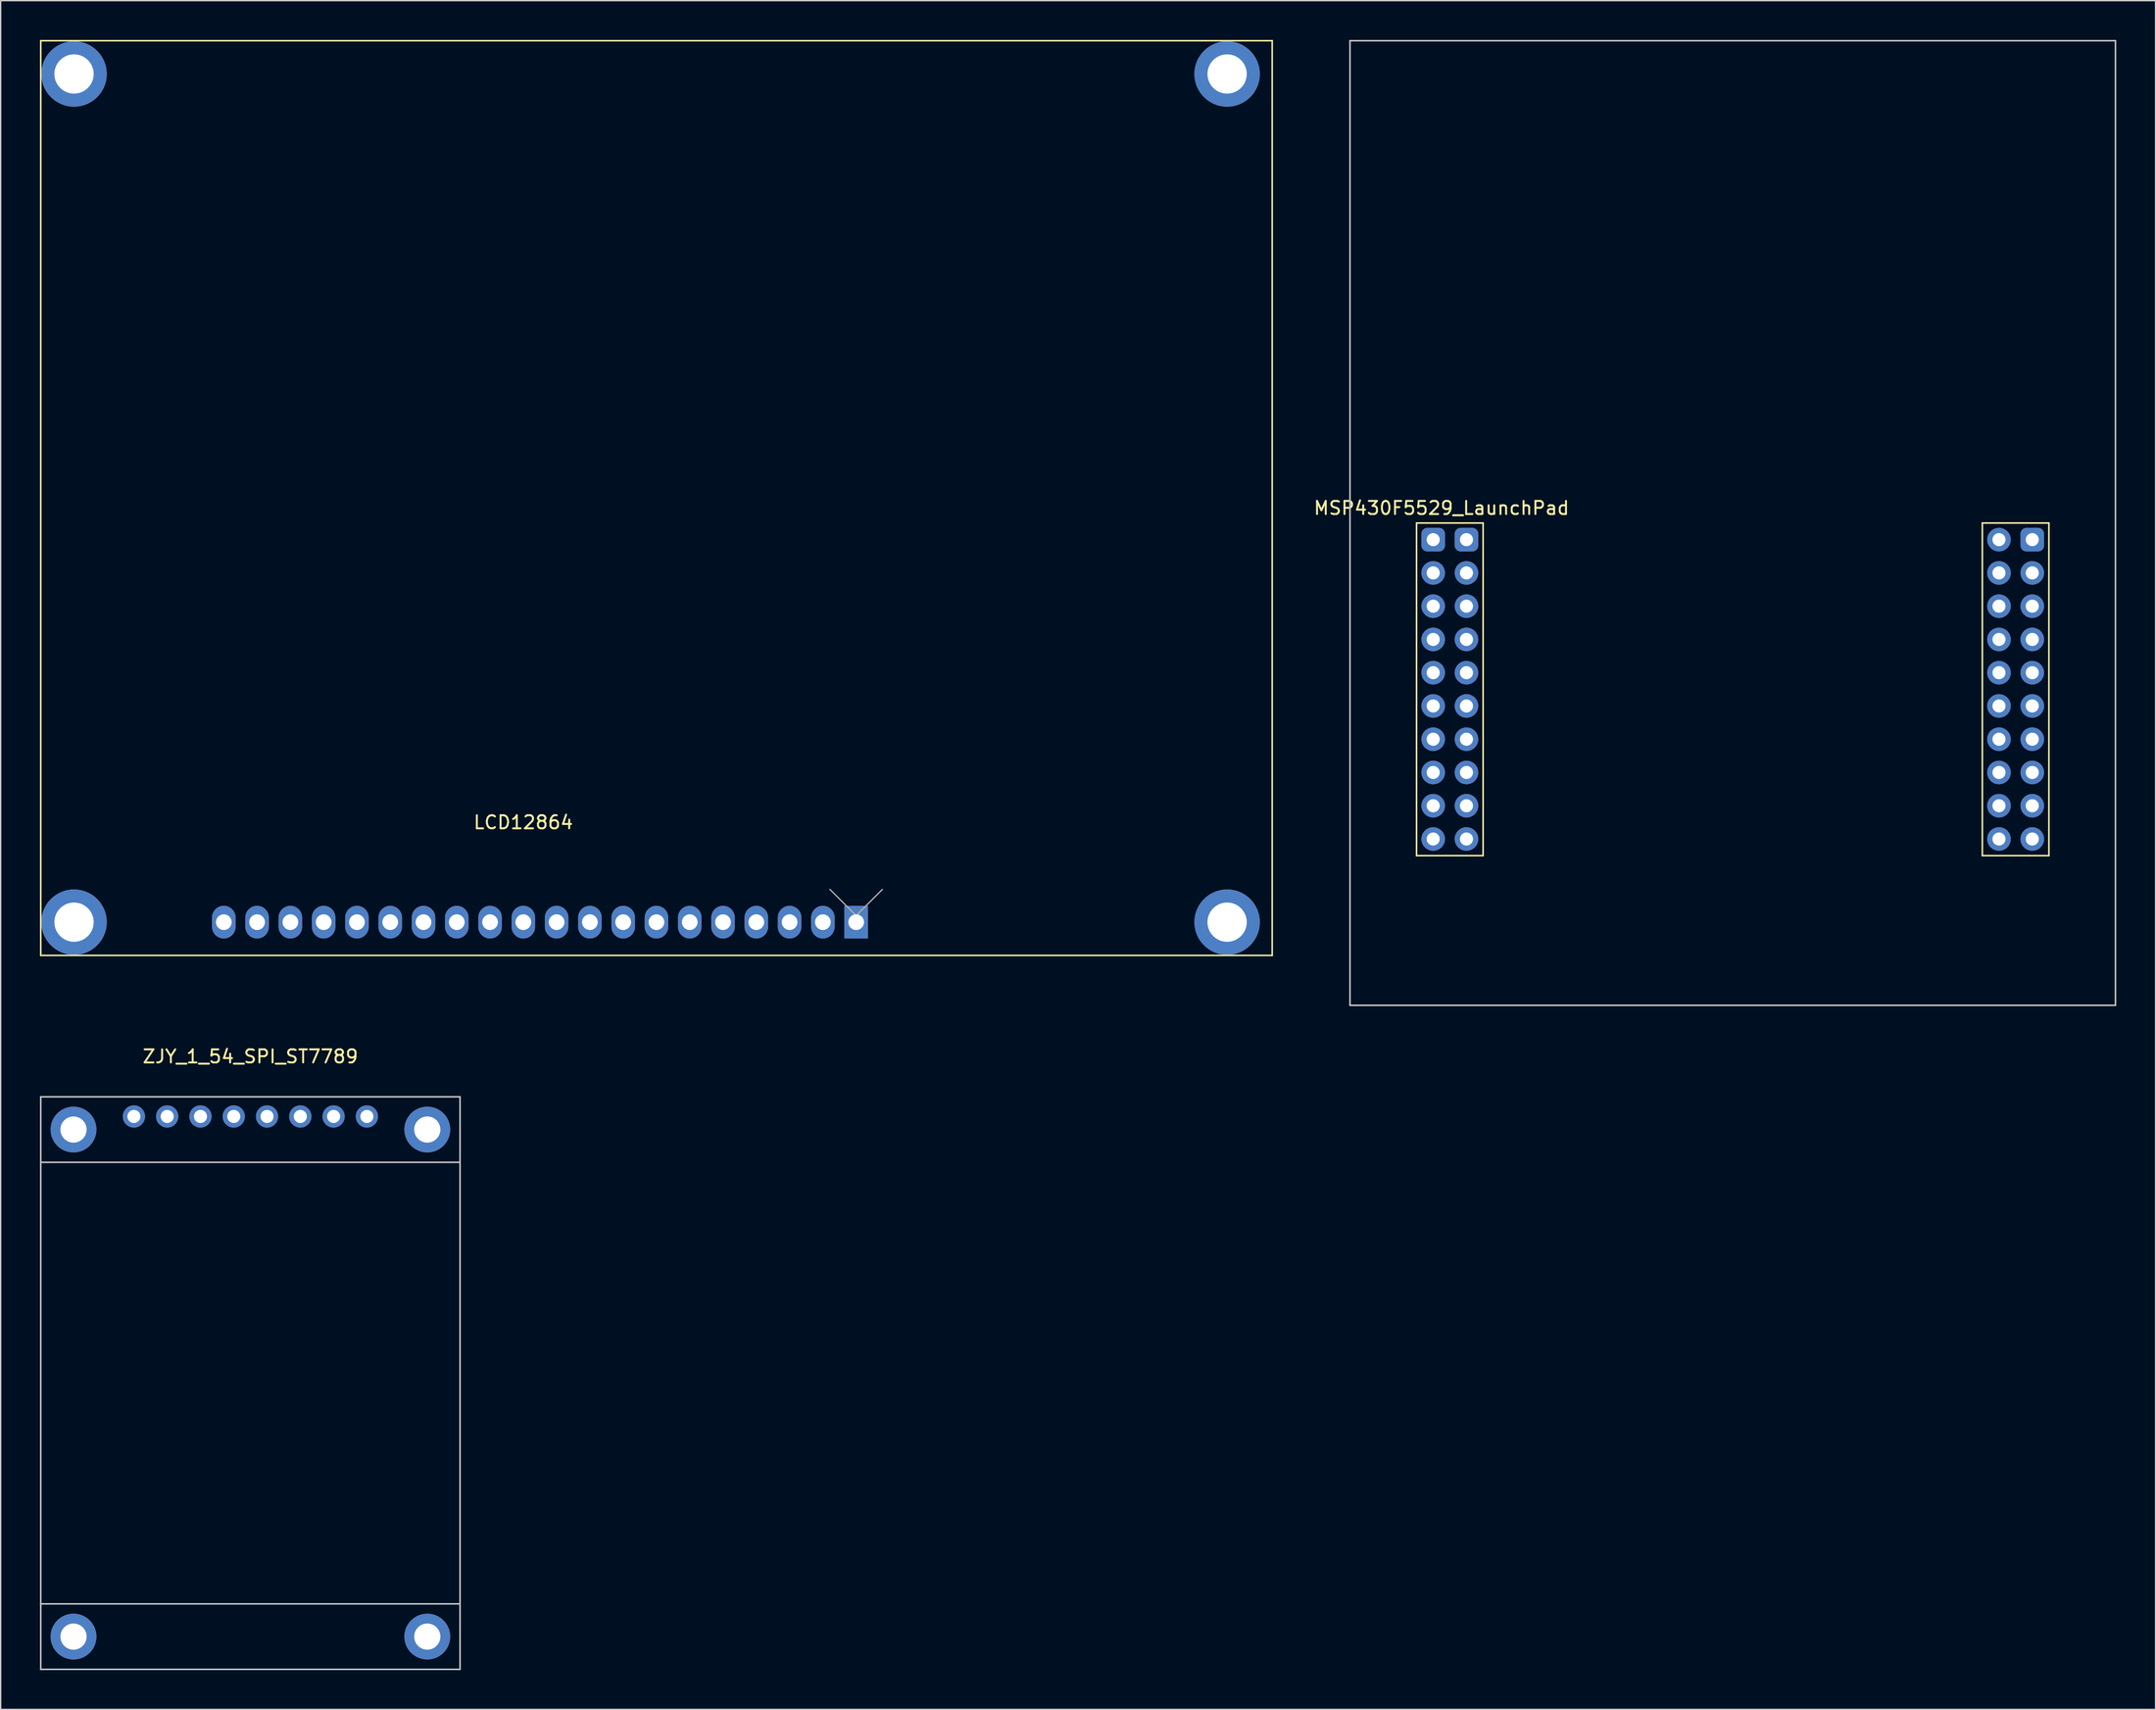
<source format=kicad_pcb>
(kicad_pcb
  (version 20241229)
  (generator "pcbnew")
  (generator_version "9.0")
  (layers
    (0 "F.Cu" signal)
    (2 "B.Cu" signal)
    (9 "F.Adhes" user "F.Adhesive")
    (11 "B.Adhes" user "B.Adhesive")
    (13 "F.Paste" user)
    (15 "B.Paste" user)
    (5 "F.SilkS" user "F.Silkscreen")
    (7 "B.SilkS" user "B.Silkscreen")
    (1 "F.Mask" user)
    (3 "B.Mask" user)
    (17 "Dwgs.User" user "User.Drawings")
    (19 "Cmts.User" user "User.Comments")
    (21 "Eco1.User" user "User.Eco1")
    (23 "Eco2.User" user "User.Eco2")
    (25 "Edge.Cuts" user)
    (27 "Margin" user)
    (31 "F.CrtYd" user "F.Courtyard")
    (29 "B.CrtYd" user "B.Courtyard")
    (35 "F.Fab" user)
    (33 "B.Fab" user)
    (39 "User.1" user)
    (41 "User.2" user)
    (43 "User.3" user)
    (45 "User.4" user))
  (footprint "MSP430F5529_LaunchPad"
    (layer "F.Cu")
    (at 129.188 36.89)
    (property "Reference" "MSP430F5529_LaunchPad" (at -22.225 -1.143 0) (layer "F.SilkS") (effects (font (size 1 1) (thickness 0.15))))
    (attr through_hole)
    (fp_line (start -24.13 0) (end -19.05 0) (stroke (width 0.12) (type solid)) (layer "F.SilkS"))
    (fp_line (start -24.13 25.4) (end -24.13 0) (stroke (width 0.12) (type solid)) (layer "F.SilkS"))
    (fp_line (start -19.05 0) (end -19.05 25.4) (stroke (width 0.12) (type solid)) (layer "F.SilkS"))
    (fp_line (start -19.05 25.4) (end -24.13 25.4) (stroke (width 0.12) (type solid)) (layer "F.SilkS"))
    (fp_line (start 19.05 0) (end 24.13 0) (stroke (width 0.12) (type solid)) (layer "F.SilkS"))
    (fp_line (start 19.05 25.4) (end 19.05 0) (stroke (width 0.12) (type solid)) (layer "F.SilkS"))
    (fp_line (start 24.13 0) (end 24.13 25.4) (stroke (width 0.12) (type solid)) (layer "F.SilkS"))
    (fp_line (start 24.13 25.4) (end 19.05 25.4) (stroke (width 0.12) (type solid)) (layer "F.SilkS"))
    (fp_line (start -29.21 36.83) (end -29.21 -36.83) (stroke (width 0.12) (type solid)) (layer "Dwgs.User"))
    (fp_line (start 29.21 -36.83) (end -29.21 -36.83) (stroke (width 0.12) (type solid)) (layer "Dwgs.User"))
    (fp_line (start 29.21 -36.83) (end 29.21 36.83) (stroke (width 0.12) (type solid)) (layer "Dwgs.User"))
    (fp_line (start 29.21 36.83) (end -29.21 36.83) (stroke (width 0.12) (type solid)) (layer "Dwgs.User"))
    (pad "1" thru_hole roundrect (at -22.86 1.27) (size 1.8 1.8) (drill 1) (layers "*.Cu" "*.Mask") (roundrect_rratio 0.25))
    (pad "2" thru_hole roundrect (at -20.32 1.27) (size 1.8 1.8) (drill 1) (layers "*.Cu" "*.Mask") (roundrect_rratio 0.25))
    (pad "3" thru_hole circle (at -22.86 3.81) (size 1.8 1.8) (drill 1) (layers "*.Cu" "*.Mask"))
    (pad "4" thru_hole circle (at -20.32 3.81) (size 1.8 1.8) (drill 1) (layers "*.Cu" "*.Mask"))
    (pad "5" thru_hole circle (at -22.86 6.35) (size 1.8 1.8) (drill 1) (layers "*.Cu" "*.Mask"))
    (pad "6" thru_hole circle (at -20.32 6.35) (size 1.8 1.8) (drill 1) (layers "*.Cu" "*.Mask"))
    (pad "7" thru_hole circle (at -22.86 8.89) (size 1.8 1.8) (drill 1) (layers "*.Cu" "*.Mask"))
    (pad "8" thru_hole circle (at -20.32 8.89) (size 1.8 1.8) (drill 1) (layers "*.Cu" "*.Mask"))
    (pad "9" thru_hole circle (at -22.86 11.43) (size 1.8 1.8) (drill 1) (layers "*.Cu" "*.Mask"))
    (pad "10" thru_hole circle (at -20.32 11.43) (size 1.8 1.8) (drill 1) (layers "*.Cu" "*.Mask"))
    (pad "11" thru_hole circle (at -22.86 13.97) (size 1.8 1.8) (drill 1) (layers "*.Cu" "*.Mask"))
    (pad "12" thru_hole circle (at -20.32 13.97) (size 1.8 1.8) (drill 1) (layers "*.Cu" "*.Mask"))
    (pad "13" thru_hole circle (at -22.86 16.51) (size 1.8 1.8) (drill 1) (layers "*.Cu" "*.Mask"))
    (pad "14" thru_hole circle (at -20.32 16.51) (size 1.8 1.8) (drill 1) (layers "*.Cu" "*.Mask"))
    (pad "15" thru_hole circle (at -22.86 19.05) (size 1.8 1.8) (drill 1) (layers "*.Cu" "*.Mask"))
    (pad "16" thru_hole circle (at -20.32 19.05) (size 1.8 1.8) (drill 1) (layers "*.Cu" "*.Mask"))
    (pad "17" thru_hole circle (at -22.86 21.59) (size 1.8 1.8) (drill 1) (layers "*.Cu" "*.Mask"))
    (pad "18" thru_hole circle (at -20.32 21.59) (size 1.8 1.8) (drill 1) (layers "*.Cu" "*.Mask"))
    (pad "19" thru_hole circle (at -22.86 24.13) (size 1.8 1.8) (drill 1) (layers "*.Cu" "*.Mask"))
    (pad "20" thru_hole circle (at -20.32 24.13) (size 1.8 1.8) (drill 1) (layers "*.Cu" "*.Mask"))
    (pad "21" thru_hole circle (at 20.32 1.27) (size 1.8 1.8) (drill 1) (layers "*.Cu" "*.Mask"))
    (pad "22" thru_hole roundrect (at 22.86 1.27) (size 1.8 1.8) (drill 1) (layers "*.Cu" "*.Mask") (roundrect_rratio 0.25))
    (pad "23" thru_hole circle (at 20.32 3.81) (size 1.8 1.8) (drill 1) (layers "*.Cu" "*.Mask"))
    (pad "24" thru_hole circle (at 22.86 3.81) (size 1.8 1.8) (drill 1) (layers "*.Cu" "*.Mask"))
    (pad "25" thru_hole circle (at 20.32 6.35) (size 1.8 1.8) (drill 1) (layers "*.Cu" "*.Mask"))
    (pad "26" thru_hole circle (at 22.86 6.35) (size 1.8 1.8) (drill 1) (layers "*.Cu" "*.Mask"))
    (pad "27" thru_hole circle (at 20.32 8.89) (size 1.8 1.8) (drill 1) (layers "*.Cu" "*.Mask"))
    (pad "28" thru_hole circle (at 22.86 8.89) (size 1.8 1.8) (drill 1) (layers "*.Cu" "*.Mask"))
    (pad "29" thru_hole circle (at 20.32 11.43) (size 1.8 1.8) (drill 1) (layers "*.Cu" "*.Mask"))
    (pad "30" thru_hole circle (at 22.86 11.43) (size 1.8 1.8) (drill 1) (layers "*.Cu" "*.Mask"))
    (pad "31" thru_hole circle (at 20.32 13.97) (size 1.8 1.8) (drill 1) (layers "*.Cu" "*.Mask"))
    (pad "32" thru_hole circle (at 22.86 13.97) (size 1.8 1.8) (drill 1) (layers "*.Cu" "*.Mask"))
    (pad "33" thru_hole circle (at 20.32 16.51) (size 1.8 1.8) (drill 1) (layers "*.Cu" "*.Mask"))
    (pad "34" thru_hole circle (at 22.86 16.51) (size 1.8 1.8) (drill 1) (layers "*.Cu" "*.Mask"))
    (pad "35" thru_hole circle (at 20.32 19.05) (size 1.8 1.8) (drill 1) (layers "*.Cu" "*.Mask"))
    (pad "36" thru_hole circle (at 22.86 19.05) (size 1.8 1.8) (drill 1) (layers "*.Cu" "*.Mask"))
    (pad "37" thru_hole circle (at 20.32 21.59) (size 1.8 1.8) (drill 1) (layers "*.Cu" "*.Mask"))
    (pad "38" thru_hole circle (at 22.86 21.59) (size 1.8 1.8) (drill 1) (layers "*.Cu" "*.Mask"))
    (pad "39" thru_hole circle (at 20.32 24.13) (size 1.8 1.8) (drill 1) (layers "*.Cu" "*.Mask"))
    (pad "40" thru_hole circle (at 22.86 24.13) (size 1.8 1.8) (drill 1) (layers "*.Cu" "*.Mask")))
  (footprint "ZJY_1_54_SPI_ST7789"
    (layer "F.Cu")
    (at 16.06 82.208)
    (property "Reference" "ZJY_1_54_SPI_ST7789" (at 0 -4.58 0) (layer "F.SilkS") (effects (font (size 1 1) (thickness 0.15))))
    (attr through_hole)
    (fp_line (start -16 -1.5) (end -16 42.22) (stroke (width 0.12) (type solid)) (layer "Dwgs.User"))
    (fp_line (start -16 -1.5) (end 16 -1.5) (stroke (width 0.12) (type solid)) (layer "Dwgs.User"))
    (fp_line (start -16 3.5) (end 16 3.5) (stroke (width 0.12) (type solid)) (layer "Dwgs.User"))
    (fp_line (start -16 37.22) (end 16 37.22) (stroke (width 0.12) (type solid)) (layer "Dwgs.User"))
    (fp_line (start -16 42.22) (end 16 42.22) (stroke (width 0.12) (type solid)) (layer "Dwgs.User"))
    (fp_line (start 16 -1.5) (end 16 42.22) (stroke (width 0.12) (type solid)) (layer "Dwgs.User"))
    (pad "" thru_hole circle (at -13.5 1) (size 3.5 3.5) (drill 2) (layers "*.Cu" "*.Mask"))
    (pad "" thru_hole circle (at -13.5 39.72) (size 3.5 3.5) (drill 2) (layers "*.Cu" "*.Mask"))
    (pad "" thru_hole circle (at 13.5 1) (size 3.5 3.5) (drill 2) (layers "*.Cu" "*.Mask"))
    (pad "" thru_hole circle (at 13.5 39.72) (size 3.5 3.5) (drill 2) (layers "*.Cu" "*.Mask"))
    (pad "1" thru_hole circle (at -8.89 0) (size 1.7 1.7) (drill 1) (layers "*.Cu" "*.Mask"))
    (pad "2" thru_hole circle (at -6.35 0) (size 1.7 1.7) (drill 1) (layers "*.Cu" "*.Mask"))
    (pad "3" thru_hole circle (at -3.81 0) (size 1.7 1.7) (drill 1) (layers "*.Cu" "*.Mask"))
    (pad "4" thru_hole circle (at -1.27 0) (size 1.7 1.7) (drill 1) (layers "*.Cu" "*.Mask"))
    (pad "5" thru_hole circle (at 1.27 0) (size 1.7 1.7) (drill 1) (layers "*.Cu" "*.Mask"))
    (pad "6" thru_hole circle (at 3.81 0) (size 1.7 1.7) (drill 1) (layers "*.Cu" "*.Mask"))
    (pad "7" thru_hole circle (at 6.35 0) (size 1.7 1.7) (drill 1) (layers "*.Cu" "*.Mask"))
    (pad "8" thru_hole circle (at 8.89 0) (size 1.7 1.7) (drill 1) (layers "*.Cu" "*.Mask")))
  (footprint "LCD12864"
    (layer "F.Cu")
    (at 38.16 67.37)
    (property "Reference" "LCD12864" (at -1.27 -7.62 0) (layer "F.SilkS") (effects (font (size 1 1) (thickness 0.15))))
    (attr through_hole)
    (fp_line (start -38.1 -67.31) (end 55.88 -67.31) (stroke (width 0.12) (type solid)) (layer "F.SilkS"))
    (fp_line (start -38.1 2.54) (end -38.1 -67.31) (stroke (width 0.12) (type solid)) (layer "F.SilkS"))
    (fp_line (start -38.1 2.54) (end 55.88 2.54) (stroke (width 0.12) (type solid)) (layer "F.SilkS"))
    (fp_line (start 55.88 2.54) (end 55.88 -67.31) (stroke (width 0.12) (type solid)) (layer "F.SilkS"))
    (fp_line (start 24.13 -0.5) (end 22.13 -2.5) (stroke (width 0.1) (type solid)) (layer "F.Fab"))
    (fp_line (start 26.13 -2.5) (end 24.13 -0.5) (stroke (width 0.1) (type solid)) (layer "F.Fab"))
    (pad "" thru_hole circle (at -35.56 -64.77) (size 5 5) (drill 3) (layers "*.Cu" "*.Mask"))
    (pad "" thru_hole circle (at -35.56 0) (size 5 5) (drill 3) (layers "*.Cu" "*.Mask"))
    (pad "" thru_hole circle (at 52.44 -64.77) (size 5 5) (drill 3) (layers "*.Cu" "*.Mask"))
    (pad "" thru_hole circle (at 52.44 0) (size 5 5) (drill 3) (layers "*.Cu" "*.Mask"))
    (pad "1" thru_hole rect (at 24.13 0 180) (size 1.8 2.5) (drill 1.2) (layers "*.Cu" "*.Mask"))
    (pad "2" thru_hole oval (at 21.59 0 180) (size 1.8 2.5) (drill 1.2) (layers "*.Cu" "*.Mask"))
    (pad "3" thru_hole oval (at 19.05 0 180) (size 1.8 2.5) (drill 1.2) (layers "*.Cu" "*.Mask"))
    (pad "4" thru_hole oval (at 16.51 0 180) (size 1.8 2.5) (drill 1.2) (layers "*.Cu" "*.Mask"))
    (pad "5" thru_hole oval (at 13.97 0 180) (size 1.8 2.5) (drill 1.2) (layers "*.Cu" "*.Mask"))
    (pad "6" thru_hole oval (at 11.43 0 180) (size 1.8 2.5) (drill 1.2) (layers "*.Cu" "*.Mask"))
    (pad "7" thru_hole oval (at 8.89 0 180) (size 1.8 2.5) (drill 1.2) (layers "*.Cu" "*.Mask"))
    (pad "8" thru_hole oval (at 6.35 0 180) (size 1.8 2.5) (drill 1.2) (layers "*.Cu" "*.Mask"))
    (pad "9" thru_hole oval (at 3.81 0 180) (size 1.8 2.5) (drill 1.2) (layers "*.Cu" "*.Mask"))
    (pad "10" thru_hole oval (at 1.27 0 180) (size 1.8 2.5) (drill 1.2) (layers "*.Cu" "*.Mask"))
    (pad "11" thru_hole oval (at -1.27 0 180) (size 1.8 2.5) (drill 1.2) (layers "*.Cu" "*.Mask"))
    (pad "12" thru_hole oval (at -3.81 0 180) (size 1.8 2.5) (drill 1.2) (layers "*.Cu" "*.Mask"))
    (pad "13" thru_hole oval (at -6.35 0 180) (size 1.8 2.5) (drill 1.2) (layers "*.Cu" "*.Mask"))
    (pad "14" thru_hole oval (at -8.89 0 180) (size 1.8 2.5) (drill 1.2) (layers "*.Cu" "*.Mask"))
    (pad "15" thru_hole oval (at -11.43 0 180) (size 1.8 2.5) (drill 1.2) (layers "*.Cu" "*.Mask"))
    (pad "16" thru_hole oval (at -13.97 0 180) (size 1.8 2.5) (drill 1.2) (layers "*.Cu" "*.Mask"))
    (pad "17" thru_hole oval (at -16.51 0 180) (size 1.8 2.5) (drill 1.2) (layers "*.Cu" "*.Mask"))
    (pad "18" thru_hole oval (at -19.05 0 180) (size 1.8 2.5) (drill 1.2) (layers "*.Cu" "*.Mask"))
    (pad "19" thru_hole oval (at -21.59 0 180) (size 1.8 2.5) (drill 1.2) (layers "*.Cu" "*.Mask"))
    (pad "20" thru_hole oval (at -24.13 0 180) (size 1.8 2.5) (drill 1.2) (layers "*.Cu" "*.Mask")))
  (gr_rect
    (start -3 -3)
    (end 161.458 127.488)
    (stroke (width 0.1) (type default))
    (fill no)
    (layer "Edge.Cuts")))
</source>
